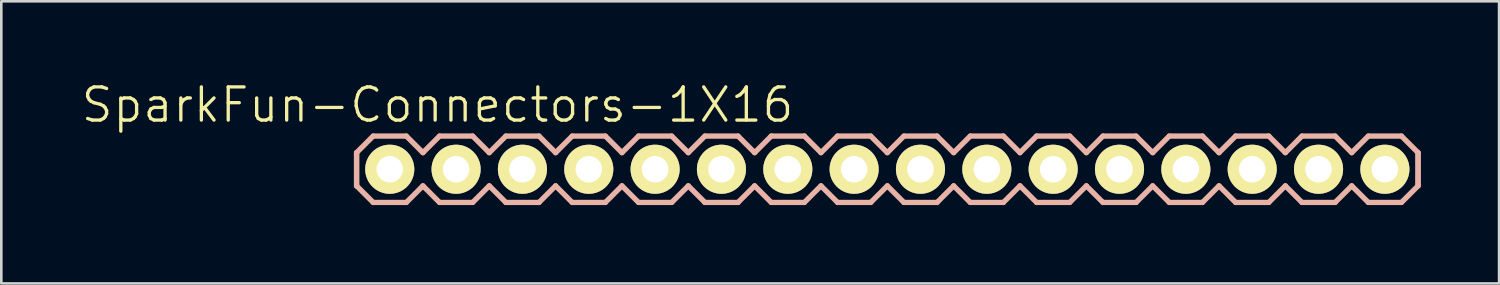
<source format=kicad_pcb>
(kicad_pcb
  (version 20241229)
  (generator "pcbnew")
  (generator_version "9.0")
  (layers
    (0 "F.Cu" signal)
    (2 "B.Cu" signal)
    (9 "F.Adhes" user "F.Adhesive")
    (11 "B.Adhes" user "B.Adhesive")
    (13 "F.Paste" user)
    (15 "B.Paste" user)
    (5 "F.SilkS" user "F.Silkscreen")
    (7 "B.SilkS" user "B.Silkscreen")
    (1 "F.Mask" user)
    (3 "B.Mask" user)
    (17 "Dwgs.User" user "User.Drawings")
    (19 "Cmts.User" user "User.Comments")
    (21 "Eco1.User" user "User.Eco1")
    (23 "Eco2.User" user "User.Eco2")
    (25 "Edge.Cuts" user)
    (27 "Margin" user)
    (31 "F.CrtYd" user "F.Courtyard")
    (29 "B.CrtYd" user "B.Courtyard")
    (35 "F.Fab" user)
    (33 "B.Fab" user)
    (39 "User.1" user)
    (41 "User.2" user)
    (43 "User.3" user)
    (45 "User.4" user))
  (footprint "SparkFun-Connectors-1X16"
    (layer "F.Cu")
    (at 11.872 3.43)
    (property "Reference" "SparkFun-Connectors-1X16" (at 1.829 -2.464 0) (layer "F.SilkS") (effects (font (size 1.27 1.27) (thickness 0.127))))
    (attr exclude_from_pos_files exclude_from_bom)
    (fp_line (start -0.254 -0.254) (end 0.254 -0.254) (stroke (width 0.066) (type solid)) (layer "F.SilkS"))
    (fp_line (start -0.254 0.254) (end -0.254 -0.254) (stroke (width 0.066) (type solid)) (layer "F.SilkS"))
    (fp_line (start -0.254 0.254) (end 0.254 0.254) (stroke (width 0.066) (type solid)) (layer "F.SilkS"))
    (fp_line (start 0.254 0.254) (end 0.254 -0.254) (stroke (width 0.066) (type solid)) (layer "F.SilkS"))
    (fp_line (start 2.286 -0.254) (end 2.794 -0.254) (stroke (width 0.066) (type solid)) (layer "F.SilkS"))
    (fp_line (start 2.286 0.254) (end 2.286 -0.254) (stroke (width 0.066) (type solid)) (layer "F.SilkS"))
    (fp_line (start 2.286 0.254) (end 2.794 0.254) (stroke (width 0.066) (type solid)) (layer "F.SilkS"))
    (fp_line (start 2.794 0.254) (end 2.794 -0.254) (stroke (width 0.066) (type solid)) (layer "F.SilkS"))
    (fp_line (start 4.826 -0.254) (end 5.334 -0.254) (stroke (width 0.066) (type solid)) (layer "F.SilkS"))
    (fp_line (start 4.826 0.254) (end 4.826 -0.254) (stroke (width 0.066) (type solid)) (layer "F.SilkS"))
    (fp_line (start 4.826 0.254) (end 5.334 0.254) (stroke (width 0.066) (type solid)) (layer "F.SilkS"))
    (fp_line (start 5.334 0.254) (end 5.334 -0.254) (stroke (width 0.066) (type solid)) (layer "F.SilkS"))
    (fp_line (start 7.366 -0.254) (end 7.874 -0.254) (stroke (width 0.066) (type solid)) (layer "F.SilkS"))
    (fp_line (start 7.366 0.254) (end 7.366 -0.254) (stroke (width 0.066) (type solid)) (layer "F.SilkS"))
    (fp_line (start 7.366 0.254) (end 7.874 0.254) (stroke (width 0.066) (type solid)) (layer "F.SilkS"))
    (fp_line (start 7.874 0.254) (end 7.874 -0.254) (stroke (width 0.066) (type solid)) (layer "F.SilkS"))
    (fp_line (start 9.906 -0.254) (end 10.414 -0.254) (stroke (width 0.066) (type solid)) (layer "F.SilkS"))
    (fp_line (start 9.906 0.254) (end 9.906 -0.254) (stroke (width 0.066) (type solid)) (layer "F.SilkS"))
    (fp_line (start 9.906 0.254) (end 10.414 0.254) (stroke (width 0.066) (type solid)) (layer "F.SilkS"))
    (fp_line (start 10.414 0.254) (end 10.414 -0.254) (stroke (width 0.066) (type solid)) (layer "F.SilkS"))
    (fp_line (start 12.446 -0.254) (end 12.954 -0.254) (stroke (width 0.066) (type solid)) (layer "F.SilkS"))
    (fp_line (start 12.446 0.254) (end 12.446 -0.254) (stroke (width 0.066) (type solid)) (layer "F.SilkS"))
    (fp_line (start 12.446 0.254) (end 12.954 0.254) (stroke (width 0.066) (type solid)) (layer "F.SilkS"))
    (fp_line (start 12.954 0.254) (end 12.954 -0.254) (stroke (width 0.066) (type solid)) (layer "F.SilkS"))
    (fp_line (start 14.986 -0.254) (end 15.494 -0.254) (stroke (width 0.066) (type solid)) (layer "F.SilkS"))
    (fp_line (start 14.986 0.254) (end 14.986 -0.254) (stroke (width 0.066) (type solid)) (layer "F.SilkS"))
    (fp_line (start 14.986 0.254) (end 15.494 0.254) (stroke (width 0.066) (type solid)) (layer "F.SilkS"))
    (fp_line (start 15.494 0.254) (end 15.494 -0.254) (stroke (width 0.066) (type solid)) (layer "F.SilkS"))
    (fp_line (start 17.523 -0.254) (end 18.034 -0.254) (stroke (width 0.066) (type solid)) (layer "F.SilkS"))
    (fp_line (start 17.523 0.254) (end 17.523 -0.254) (stroke (width 0.066) (type solid)) (layer "F.SilkS"))
    (fp_line (start 17.523 0.254) (end 18.034 0.254) (stroke (width 0.066) (type solid)) (layer "F.SilkS"))
    (fp_line (start 18.034 0.254) (end 18.034 -0.254) (stroke (width 0.066) (type solid)) (layer "F.SilkS"))
    (fp_line (start 20.066 -0.254) (end 20.574 -0.254) (stroke (width 0.066) (type solid)) (layer "F.SilkS"))
    (fp_line (start 20.066 0.254) (end 20.066 -0.254) (stroke (width 0.066) (type solid)) (layer "F.SilkS"))
    (fp_line (start 20.066 0.254) (end 20.574 0.254) (stroke (width 0.066) (type solid)) (layer "F.SilkS"))
    (fp_line (start 20.574 0.254) (end 20.574 -0.254) (stroke (width 0.066) (type solid)) (layer "F.SilkS"))
    (fp_line (start 22.606 -0.254) (end 23.114 -0.254) (stroke (width 0.066) (type solid)) (layer "F.SilkS"))
    (fp_line (start 22.606 0.254) (end 22.606 -0.254) (stroke (width 0.066) (type solid)) (layer "F.SilkS"))
    (fp_line (start 22.606 0.254) (end 23.114 0.254) (stroke (width 0.066) (type solid)) (layer "F.SilkS"))
    (fp_line (start 23.114 0.254) (end 23.114 -0.254) (stroke (width 0.066) (type solid)) (layer "F.SilkS"))
    (fp_line (start 25.146 -0.254) (end 25.654 -0.254) (stroke (width 0.066) (type solid)) (layer "F.SilkS"))
    (fp_line (start 25.146 0.254) (end 25.146 -0.254) (stroke (width 0.066) (type solid)) (layer "F.SilkS"))
    (fp_line (start 25.146 0.254) (end 25.654 0.254) (stroke (width 0.066) (type solid)) (layer "F.SilkS"))
    (fp_line (start 25.654 0.254) (end 25.654 -0.254) (stroke (width 0.066) (type solid)) (layer "F.SilkS"))
    (fp_line (start 27.686 -0.254) (end 28.194 -0.254) (stroke (width 0.066) (type solid)) (layer "F.SilkS"))
    (fp_line (start 27.686 0.254) (end 27.686 -0.254) (stroke (width 0.066) (type solid)) (layer "F.SilkS"))
    (fp_line (start 27.686 0.254) (end 28.194 0.254) (stroke (width 0.066) (type solid)) (layer "F.SilkS"))
    (fp_line (start 28.194 0.254) (end 28.194 -0.254) (stroke (width 0.066) (type solid)) (layer "F.SilkS"))
    (fp_line (start 30.226 -0.254) (end 30.734 -0.254) (stroke (width 0.066) (type solid)) (layer "F.SilkS"))
    (fp_line (start 30.226 0.254) (end 30.226 -0.254) (stroke (width 0.066) (type solid)) (layer "F.SilkS"))
    (fp_line (start 30.226 0.254) (end 30.734 0.254) (stroke (width 0.066) (type solid)) (layer "F.SilkS"))
    (fp_line (start 30.734 0.254) (end 30.734 -0.254) (stroke (width 0.066) (type solid)) (layer "F.SilkS"))
    (fp_line (start 32.766 -0.254) (end 33.274 -0.254) (stroke (width 0.066) (type solid)) (layer "F.SilkS"))
    (fp_line (start 32.766 0.254) (end 32.766 -0.254) (stroke (width 0.066) (type solid)) (layer "F.SilkS"))
    (fp_line (start 32.766 0.254) (end 33.274 0.254) (stroke (width 0.066) (type solid)) (layer "F.SilkS"))
    (fp_line (start 33.274 0.254) (end 33.274 -0.254) (stroke (width 0.066) (type solid)) (layer "F.SilkS"))
    (fp_line (start 35.303 -0.254) (end 35.814 -0.254) (stroke (width 0.066) (type solid)) (layer "F.SilkS"))
    (fp_line (start 35.303 0.254) (end 35.303 -0.254) (stroke (width 0.066) (type solid)) (layer "F.SilkS"))
    (fp_line (start 35.303 0.254) (end 35.814 0.254) (stroke (width 0.066) (type solid)) (layer "F.SilkS"))
    (fp_line (start 35.814 0.254) (end 35.814 -0.254) (stroke (width 0.066) (type solid)) (layer "F.SilkS"))
    (fp_line (start 37.846 -0.254) (end 38.354 -0.254) (stroke (width 0.066) (type solid)) (layer "F.SilkS"))
    (fp_line (start 37.846 0.254) (end 37.846 -0.254) (stroke (width 0.066) (type solid)) (layer "F.SilkS"))
    (fp_line (start 37.846 0.254) (end 38.354 0.254) (stroke (width 0.066) (type solid)) (layer "F.SilkS"))
    (fp_line (start 38.354 0.254) (end 38.354 -0.254) (stroke (width 0.066) (type solid)) (layer "F.SilkS"))
    (fp_line (start -1.27 -0.635) (end -1.27 0.635) (stroke (width 0.203) (type solid)) (layer "B.SilkS"))
    (fp_line (start -1.27 -0.635) (end -1.27 0.635) (stroke (width 0.203) (type solid)) (layer "B.SilkS"))
    (fp_line (start -1.27 0.635) (end -0.635 1.27) (stroke (width 0.203) (type solid)) (layer "B.SilkS"))
    (fp_line (start -0.635 -1.27) (end -1.27 -0.635) (stroke (width 0.203) (type solid)) (layer "B.SilkS"))
    (fp_line (start -0.635 -1.27) (end 0.635 -1.27) (stroke (width 0.203) (type solid)) (layer "B.SilkS"))
    (fp_line (start 0.635 -1.27) (end 1.27 -0.635) (stroke (width 0.203) (type solid)) (layer "B.SilkS"))
    (fp_line (start 0.635 1.27) (end -0.635 1.27) (stroke (width 0.203) (type solid)) (layer "B.SilkS"))
    (fp_line (start 1.27 -0.635) (end 1.905 -1.27) (stroke (width 0.203) (type solid)) (layer "B.SilkS"))
    (fp_line (start 1.27 0.635) (end 0.635 1.27) (stroke (width 0.203) (type solid)) (layer "B.SilkS"))
    (fp_line (start 1.905 -1.27) (end 3.175 -1.27) (stroke (width 0.203) (type solid)) (layer "B.SilkS"))
    (fp_line (start 1.905 1.27) (end 1.27 0.635) (stroke (width 0.203) (type solid)) (layer "B.SilkS"))
    (fp_line (start 3.175 -1.27) (end 3.81 -0.635) (stroke (width 0.203) (type solid)) (layer "B.SilkS"))
    (fp_line (start 3.175 1.27) (end 1.905 1.27) (stroke (width 0.203) (type solid)) (layer "B.SilkS"))
    (fp_line (start 3.81 -0.635) (end 4.445 -1.27) (stroke (width 0.203) (type solid)) (layer "B.SilkS"))
    (fp_line (start 3.81 0.635) (end 3.175 1.27) (stroke (width 0.203) (type solid)) (layer "B.SilkS"))
    (fp_line (start 4.445 -1.27) (end 5.715 -1.27) (stroke (width 0.203) (type solid)) (layer "B.SilkS"))
    (fp_line (start 4.445 1.27) (end 3.81 0.635) (stroke (width 0.203) (type solid)) (layer "B.SilkS"))
    (fp_line (start 5.715 -1.27) (end 6.35 -0.635) (stroke (width 0.203) (type solid)) (layer "B.SilkS"))
    (fp_line (start 5.715 1.27) (end 4.445 1.27) (stroke (width 0.203) (type solid)) (layer "B.SilkS"))
    (fp_line (start 6.35 0.635) (end 5.715 1.27) (stroke (width 0.203) (type solid)) (layer "B.SilkS"))
    (fp_line (start 6.35 0.635) (end 6.985 1.27) (stroke (width 0.203) (type solid)) (layer "B.SilkS"))
    (fp_line (start 6.985 -1.27) (end 6.35 -0.635) (stroke (width 0.203) (type solid)) (layer "B.SilkS"))
    (fp_line (start 6.985 -1.27) (end 8.255 -1.27) (stroke (width 0.203) (type solid)) (layer "B.SilkS"))
    (fp_line (start 8.255 -1.27) (end 8.89 -0.635) (stroke (width 0.203) (type solid)) (layer "B.SilkS"))
    (fp_line (start 8.255 1.27) (end 6.985 1.27) (stroke (width 0.203) (type solid)) (layer "B.SilkS"))
    (fp_line (start 8.89 -0.635) (end 9.525 -1.27) (stroke (width 0.203) (type solid)) (layer "B.SilkS"))
    (fp_line (start 8.89 0.635) (end 8.255 1.27) (stroke (width 0.203) (type solid)) (layer "B.SilkS"))
    (fp_line (start 9.525 -1.27) (end 10.795 -1.27) (stroke (width 0.203) (type solid)) (layer "B.SilkS"))
    (fp_line (start 9.525 1.27) (end 8.89 0.635) (stroke (width 0.203) (type solid)) (layer "B.SilkS"))
    (fp_line (start 10.795 -1.27) (end 11.43 -0.635) (stroke (width 0.203) (type solid)) (layer "B.SilkS"))
    (fp_line (start 10.795 1.27) (end 9.525 1.27) (stroke (width 0.203) (type solid)) (layer "B.SilkS"))
    (fp_line (start 11.43 -0.635) (end 12.065 -1.27) (stroke (width 0.203) (type solid)) (layer "B.SilkS"))
    (fp_line (start 11.43 0.635) (end 10.795 1.27) (stroke (width 0.203) (type solid)) (layer "B.SilkS"))
    (fp_line (start 12.065 -1.27) (end 13.335 -1.27) (stroke (width 0.203) (type solid)) (layer "B.SilkS"))
    (fp_line (start 12.065 1.27) (end 11.43 0.635) (stroke (width 0.203) (type solid)) (layer "B.SilkS"))
    (fp_line (start 13.335 -1.27) (end 13.97 -0.635) (stroke (width 0.203) (type solid)) (layer "B.SilkS"))
    (fp_line (start 13.335 1.27) (end 12.065 1.27) (stroke (width 0.203) (type solid)) (layer "B.SilkS"))
    (fp_line (start 13.97 0.635) (end 13.335 1.27) (stroke (width 0.203) (type solid)) (layer "B.SilkS"))
    (fp_line (start 13.97 0.635) (end 14.605 1.27) (stroke (width 0.203) (type solid)) (layer "B.SilkS"))
    (fp_line (start 14.605 -1.27) (end 13.97 -0.635) (stroke (width 0.203) (type solid)) (layer "B.SilkS"))
    (fp_line (start 14.605 -1.27) (end 15.875 -1.27) (stroke (width 0.203) (type solid)) (layer "B.SilkS"))
    (fp_line (start 15.875 -1.27) (end 16.51 -0.635) (stroke (width 0.203) (type solid)) (layer "B.SilkS"))
    (fp_line (start 15.875 1.27) (end 14.605 1.27) (stroke (width 0.203) (type solid)) (layer "B.SilkS"))
    (fp_line (start 16.51 0.635) (end 15.875 1.27) (stroke (width 0.203) (type solid)) (layer "B.SilkS"))
    (fp_line (start 16.51 0.635) (end 17.145 1.27) (stroke (width 0.203) (type solid)) (layer "B.SilkS"))
    (fp_line (start 17.145 -1.27) (end 16.51 -0.635) (stroke (width 0.203) (type solid)) (layer "B.SilkS"))
    (fp_line (start 17.145 -1.27) (end 18.415 -1.27) (stroke (width 0.203) (type solid)) (layer "B.SilkS"))
    (fp_line (start 18.415 -1.27) (end 19.05 -0.635) (stroke (width 0.203) (type solid)) (layer "B.SilkS"))
    (fp_line (start 18.415 1.27) (end 17.145 1.27) (stroke (width 0.203) (type solid)) (layer "B.SilkS"))
    (fp_line (start 19.05 -0.635) (end 19.685 -1.27) (stroke (width 0.203) (type solid)) (layer "B.SilkS"))
    (fp_line (start 19.05 0.635) (end 18.415 1.27) (stroke (width 0.203) (type solid)) (layer "B.SilkS"))
    (fp_line (start 19.685 -1.27) (end 20.955 -1.27) (stroke (width 0.203) (type solid)) (layer "B.SilkS"))
    (fp_line (start 19.685 1.27) (end 19.05 0.635) (stroke (width 0.203) (type solid)) (layer "B.SilkS"))
    (fp_line (start 20.955 -1.27) (end 21.59 -0.635) (stroke (width 0.203) (type solid)) (layer "B.SilkS"))
    (fp_line (start 20.955 1.27) (end 19.685 1.27) (stroke (width 0.203) (type solid)) (layer "B.SilkS"))
    (fp_line (start 21.59 -0.635) (end 22.225 -1.27) (stroke (width 0.203) (type solid)) (layer "B.SilkS"))
    (fp_line (start 21.59 0.635) (end 20.955 1.27) (stroke (width 0.203) (type solid)) (layer "B.SilkS"))
    (fp_line (start 22.225 -1.27) (end 23.495 -1.27) (stroke (width 0.203) (type solid)) (layer "B.SilkS"))
    (fp_line (start 22.225 1.27) (end 21.59 0.635) (stroke (width 0.203) (type solid)) (layer "B.SilkS"))
    (fp_line (start 23.495 -1.27) (end 24.13 -0.635) (stroke (width 0.203) (type solid)) (layer "B.SilkS"))
    (fp_line (start 23.495 1.27) (end 22.225 1.27) (stroke (width 0.203) (type solid)) (layer "B.SilkS"))
    (fp_line (start 24.13 0.635) (end 23.495 1.27) (stroke (width 0.203) (type solid)) (layer "B.SilkS"))
    (fp_line (start 24.13 0.635) (end 24.765 1.27) (stroke (width 0.203) (type solid)) (layer "B.SilkS"))
    (fp_line (start 24.765 -1.27) (end 24.13 -0.635) (stroke (width 0.203) (type solid)) (layer "B.SilkS"))
    (fp_line (start 24.765 -1.27) (end 26.035 -1.27) (stroke (width 0.203) (type solid)) (layer "B.SilkS"))
    (fp_line (start 26.035 -1.27) (end 26.67 -0.635) (stroke (width 0.203) (type solid)) (layer "B.SilkS"))
    (fp_line (start 26.035 1.27) (end 24.765 1.27) (stroke (width 0.203) (type solid)) (layer "B.SilkS"))
    (fp_line (start 26.67 -0.635) (end 27.305 -1.27) (stroke (width 0.203) (type solid)) (layer "B.SilkS"))
    (fp_line (start 26.67 0.635) (end 26.035 1.27) (stroke (width 0.203) (type solid)) (layer "B.SilkS"))
    (fp_line (start 27.305 -1.27) (end 28.575 -1.27) (stroke (width 0.203) (type solid)) (layer "B.SilkS"))
    (fp_line (start 27.305 1.27) (end 26.67 0.635) (stroke (width 0.203) (type solid)) (layer "B.SilkS"))
    (fp_line (start 28.575 -1.27) (end 29.21 -0.635) (stroke (width 0.203) (type solid)) (layer "B.SilkS"))
    (fp_line (start 28.575 1.27) (end 27.305 1.27) (stroke (width 0.203) (type solid)) (layer "B.SilkS"))
    (fp_line (start 29.21 -0.635) (end 29.845 -1.27) (stroke (width 0.203) (type solid)) (layer "B.SilkS"))
    (fp_line (start 29.21 0.635) (end 28.575 1.27) (stroke (width 0.203) (type solid)) (layer "B.SilkS"))
    (fp_line (start 29.845 -1.27) (end 31.115 -1.27) (stroke (width 0.203) (type solid)) (layer "B.SilkS"))
    (fp_line (start 29.845 1.27) (end 29.21 0.635) (stroke (width 0.203) (type solid)) (layer "B.SilkS"))
    (fp_line (start 31.115 -1.27) (end 31.75 -0.635) (stroke (width 0.203) (type solid)) (layer "B.SilkS"))
    (fp_line (start 31.115 1.27) (end 29.845 1.27) (stroke (width 0.203) (type solid)) (layer "B.SilkS"))
    (fp_line (start 31.75 0.635) (end 31.115 1.27) (stroke (width 0.203) (type solid)) (layer "B.SilkS"))
    (fp_line (start 31.75 0.635) (end 32.385 1.27) (stroke (width 0.203) (type solid)) (layer "B.SilkS"))
    (fp_line (start 32.385 -1.27) (end 31.75 -0.635) (stroke (width 0.203) (type solid)) (layer "B.SilkS"))
    (fp_line (start 32.385 -1.27) (end 33.655 -1.27) (stroke (width 0.203) (type solid)) (layer "B.SilkS"))
    (fp_line (start 33.655 -1.27) (end 34.29 -0.635) (stroke (width 0.203) (type solid)) (layer "B.SilkS"))
    (fp_line (start 33.655 1.27) (end 32.385 1.27) (stroke (width 0.203) (type solid)) (layer "B.SilkS"))
    (fp_line (start 34.29 0.635) (end 33.655 1.27) (stroke (width 0.203) (type solid)) (layer "B.SilkS"))
    (fp_line (start 34.29 0.635) (end 34.925 1.27) (stroke (width 0.203) (type solid)) (layer "B.SilkS"))
    (fp_line (start 34.925 -1.27) (end 34.29 -0.635) (stroke (width 0.203) (type solid)) (layer "B.SilkS"))
    (fp_line (start 34.925 -1.27) (end 36.195 -1.27) (stroke (width 0.203) (type solid)) (layer "B.SilkS"))
    (fp_line (start 36.195 -1.27) (end 36.83 -0.635) (stroke (width 0.203) (type solid)) (layer "B.SilkS"))
    (fp_line (start 36.195 1.27) (end 34.925 1.27) (stroke (width 0.203) (type solid)) (layer "B.SilkS"))
    (fp_line (start 36.83 0.635) (end 36.195 1.27) (stroke (width 0.203) (type solid)) (layer "B.SilkS"))
    (fp_line (start 36.83 0.635) (end 37.465 1.27) (stroke (width 0.203) (type solid)) (layer "B.SilkS"))
    (fp_line (start 37.465 -1.27) (end 36.83 -0.635) (stroke (width 0.203) (type solid)) (layer "B.SilkS"))
    (fp_line (start 37.465 -1.27) (end 38.735 -1.27) (stroke (width 0.203) (type solid)) (layer "B.SilkS"))
    (fp_line (start 38.735 -1.27) (end 39.37 -0.635) (stroke (width 0.203) (type solid)) (layer "B.SilkS"))
    (fp_line (start 38.735 1.27) (end 37.465 1.27) (stroke (width 0.203) (type solid)) (layer "B.SilkS"))
    (fp_line (start 39.37 -0.635) (end 39.37 0.635) (stroke (width 0.203) (type solid)) (layer "B.SilkS"))
    (fp_line (start 39.37 -0.635) (end 39.37 0.635) (stroke (width 0.203) (type solid)) (layer "B.SilkS"))
    (fp_line (start 39.37 0.635) (end 38.735 1.27) (stroke (width 0.203) (type solid)) (layer "B.SilkS"))
    (pad "1" thru_hole circle (at 0 0) (size 1.88 1.88) (drill 1.016) (layers "*.Cu" "F.Mask" "F.SilkS" "F.Paste"))
    (pad "2" thru_hole circle (at 2.54 0) (size 1.88 1.88) (drill 1.016) (layers "*.Cu" "F.Mask" "F.SilkS" "F.Paste"))
    (pad "3" thru_hole circle (at 5.08 0) (size 1.88 1.88) (drill 1.016) (layers "*.Cu" "F.Mask" "F.SilkS" "F.Paste"))
    (pad "4" thru_hole circle (at 7.62 0) (size 1.88 1.88) (drill 1.016) (layers "*.Cu" "F.Mask" "F.SilkS" "F.Paste"))
    (pad "5" thru_hole circle (at 10.16 0) (size 1.88 1.88) (drill 1.016) (layers "*.Cu" "F.Mask" "F.SilkS" "F.Paste"))
    (pad "6" thru_hole circle (at 12.7 0) (size 1.88 1.88) (drill 1.016) (layers "*.Cu" "F.Mask" "F.SilkS" "F.Paste"))
    (pad "7" thru_hole circle (at 15.24 0) (size 1.88 1.88) (drill 1.016) (layers "*.Cu" "F.Mask" "F.SilkS" "F.Paste"))
    (pad "8" thru_hole circle (at 17.78 0) (size 1.88 1.88) (drill 1.016) (layers "*.Cu" "F.Mask" "F.SilkS" "F.Paste"))
    (pad "9" thru_hole circle (at 20.32 0) (size 1.88 1.88) (drill 1.016) (layers "*.Cu" "F.Mask" "F.SilkS" "F.Paste"))
    (pad "10" thru_hole circle (at 22.86 0) (size 1.88 1.88) (drill 1.016) (layers "*.Cu" "F.Mask" "F.SilkS" "F.Paste"))
    (pad "11" thru_hole circle (at 25.4 0) (size 1.88 1.88) (drill 1.016) (layers "*.Cu" "F.Mask" "F.SilkS" "F.Paste"))
    (pad "12" thru_hole circle (at 27.94 0) (size 1.88 1.88) (drill 1.016) (layers "*.Cu" "F.Mask" "F.SilkS" "F.Paste"))
    (pad "13" thru_hole circle (at 30.48 0) (size 1.88 1.88) (drill 1.016) (layers "*.Cu" "F.Mask" "F.SilkS" "F.Paste"))
    (pad "14" thru_hole circle (at 33.02 0) (size 1.88 1.88) (drill 1.016) (layers "*.Cu" "F.Mask" "F.SilkS" "F.Paste"))
    (pad "15" thru_hole circle (at 35.56 0) (size 1.88 1.88) (drill 1.016) (layers "*.Cu" "F.Mask" "F.SilkS" "F.Paste"))
    (pad "16" thru_hole circle (at 38.1 0) (size 1.88 1.88) (drill 1.016) (layers "*.Cu" "F.Mask" "F.SilkS" "F.Paste")))
  (gr_rect
    (start -3 -3)
    (end 54.344 7.801)
    (stroke (width 0.1) (type default))
    (fill no)
    (layer "Edge.Cuts")))
</source>
